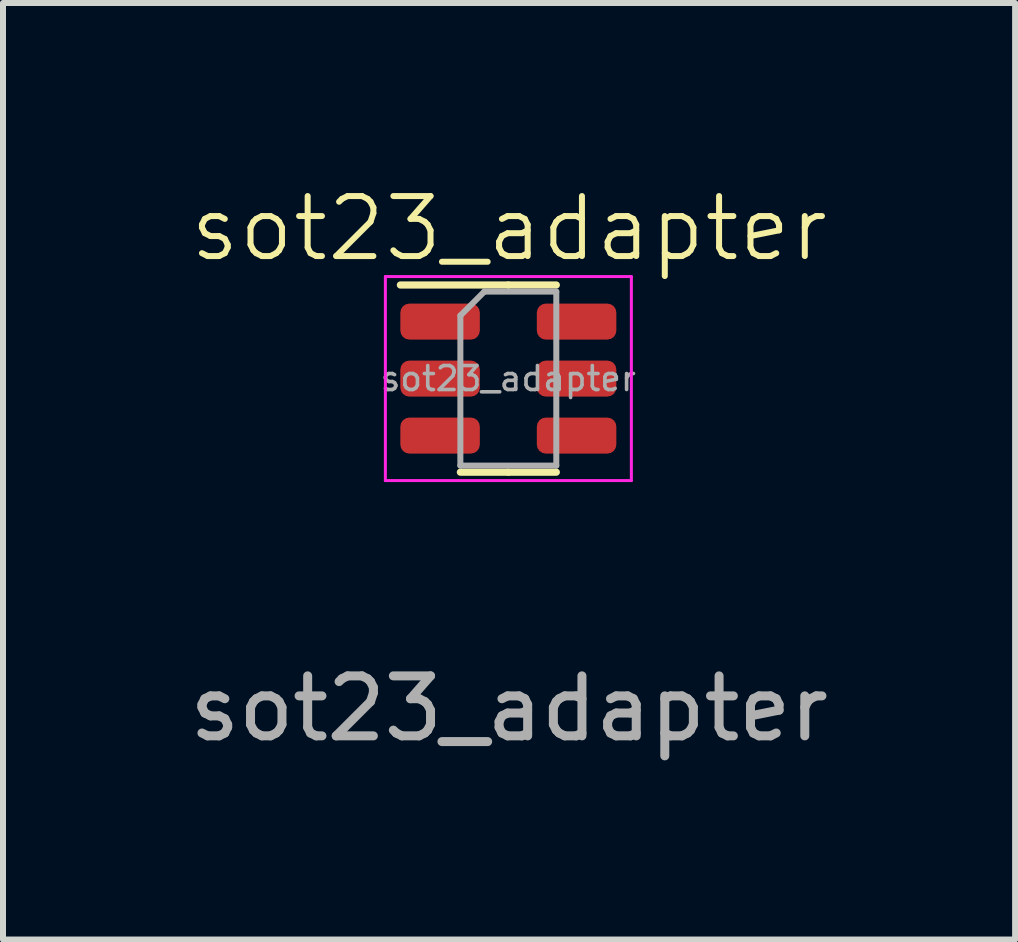
<source format=kicad_pcb>
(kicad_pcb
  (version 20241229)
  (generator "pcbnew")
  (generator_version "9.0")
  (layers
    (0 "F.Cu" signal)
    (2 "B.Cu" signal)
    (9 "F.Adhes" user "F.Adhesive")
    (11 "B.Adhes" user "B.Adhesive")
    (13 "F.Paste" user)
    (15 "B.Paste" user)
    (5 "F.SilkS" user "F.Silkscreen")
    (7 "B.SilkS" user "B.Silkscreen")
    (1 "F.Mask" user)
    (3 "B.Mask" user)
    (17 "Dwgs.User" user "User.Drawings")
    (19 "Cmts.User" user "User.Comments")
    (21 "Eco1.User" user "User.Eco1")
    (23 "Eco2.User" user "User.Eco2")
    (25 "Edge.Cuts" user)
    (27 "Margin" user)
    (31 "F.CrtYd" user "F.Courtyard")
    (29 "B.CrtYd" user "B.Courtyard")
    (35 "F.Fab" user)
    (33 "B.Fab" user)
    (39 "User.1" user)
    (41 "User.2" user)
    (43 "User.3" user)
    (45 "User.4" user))
  (footprint "sot23_adapter"
    (layer "F.Cu")
    (at 5.435 3.26)
    (property "Reference" "sot23_adapter" (at 0 -2.5 0) (unlocked yes) (layer "F.SilkS") (effects (font (size 1 1) (thickness 0.1))))
    (attr smd)
    (fp_line (start -0.013 -1.56) (end -1.812 -1.56) (stroke (width 0.12) (type solid)) (layer "F.SilkS"))
    (fp_line (start -0.013 -1.56) (end 0.787 -1.56) (stroke (width 0.12) (type solid)) (layer "F.SilkS"))
    (fp_line (start -0.013 1.56) (end -0.812 1.56) (stroke (width 0.12) (type solid)) (layer "F.SilkS"))
    (fp_line (start -0.013 1.56) (end 0.787 1.56) (stroke (width 0.12) (type solid)) (layer "F.SilkS"))
    (fp_line (start -2.062 -1.7) (end -2.062 1.7) (stroke (width 0.05) (type solid)) (layer "F.CrtYd"))
    (fp_line (start -2.062 1.7) (end 2.038 1.7) (stroke (width 0.05) (type solid)) (layer "F.CrtYd"))
    (fp_line (start 2.038 -1.7) (end -2.062 -1.7) (stroke (width 0.05) (type solid)) (layer "F.CrtYd"))
    (fp_line (start 2.038 1.7) (end 2.038 -1.7) (stroke (width 0.05) (type solid)) (layer "F.CrtYd"))
    (fp_line (start -0.812 -1.05) (end -0.412 -1.45) (stroke (width 0.1) (type solid)) (layer "F.Fab"))
    (fp_line (start -0.812 1.45) (end -0.812 -1.05) (stroke (width 0.1) (type solid)) (layer "F.Fab"))
    (fp_line (start -0.412 -1.45) (end 0.787 -1.45) (stroke (width 0.1) (type solid)) (layer "F.Fab"))
    (fp_line (start 0.787 -1.45) (end 0.787 1.45) (stroke (width 0.1) (type solid)) (layer "F.Fab"))
    (fp_line (start 0.787 1.45) (end -0.812 1.45) (stroke (width 0.1) (type solid)) (layer "F.Fab"))
    (fp_text user "${REFERENCE}" (at -0.013 0 0) (layer "F.Fab") (effects (font (size 0.4 0.4) (thickness 0.06))))
    (fp_text user "${REFERENCE}" (at 0 5.5 0) (unlocked yes) (layer "F.Fab") (effects (font (size 1 1) (thickness 0.15))))
    (pad "1" smd roundrect (at -1.15 -0.95) (size 1.325 0.6) (layers "F.Cu" "F.Mask" "F.Paste") (roundrect_rratio 0.25))
    (pad "2" smd roundrect (at -1.15 0) (size 1.325 0.6) (layers "F.Cu" "F.Mask" "F.Paste") (roundrect_rratio 0.25))
    (pad "3" smd roundrect (at -1.15 0.95) (size 1.325 0.6) (layers "F.Cu" "F.Mask" "F.Paste") (roundrect_rratio 0.25))
    (pad "4" smd roundrect (at 1.125 0.95) (size 1.325 0.6) (layers "F.Cu" "F.Mask" "F.Paste") (roundrect_rratio 0.25))
    (pad "5" smd roundrect (at 1.125 0) (size 1.325 0.6) (layers "F.Cu" "F.Mask" "F.Paste") (roundrect_rratio 0.25))
    (pad "6" smd roundrect (at 1.125 -0.95) (size 1.325 0.6) (layers "F.Cu" "F.Mask" "F.Paste") (roundrect_rratio 0.25)))
  (gr_rect
    (start -3 -3)
    (end 13.869 12.609)
    (stroke (width 0.1) (type default))
    (fill no)
    (layer "Edge.Cuts")))
</source>
